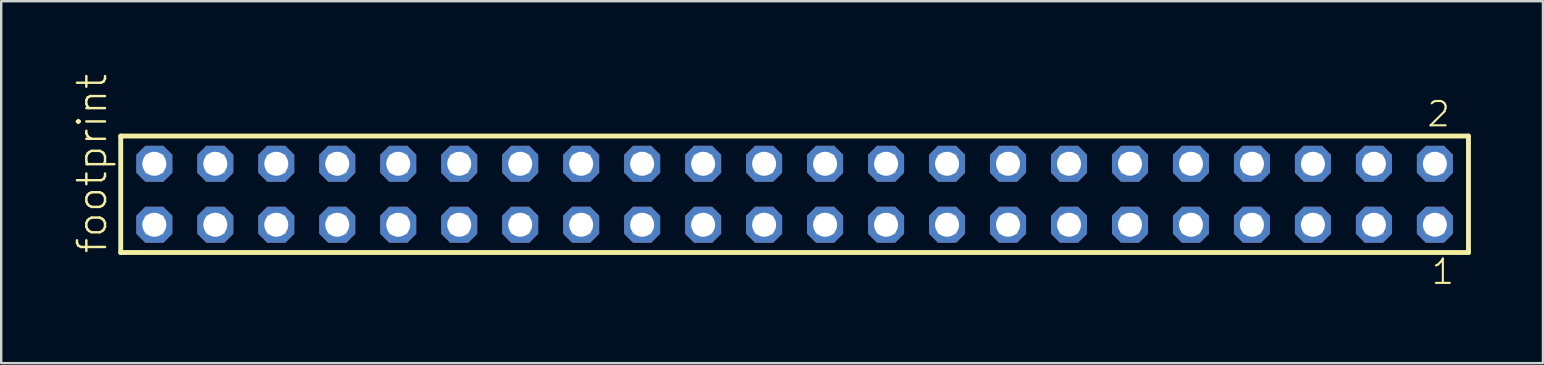
<source format=kicad_pcb>
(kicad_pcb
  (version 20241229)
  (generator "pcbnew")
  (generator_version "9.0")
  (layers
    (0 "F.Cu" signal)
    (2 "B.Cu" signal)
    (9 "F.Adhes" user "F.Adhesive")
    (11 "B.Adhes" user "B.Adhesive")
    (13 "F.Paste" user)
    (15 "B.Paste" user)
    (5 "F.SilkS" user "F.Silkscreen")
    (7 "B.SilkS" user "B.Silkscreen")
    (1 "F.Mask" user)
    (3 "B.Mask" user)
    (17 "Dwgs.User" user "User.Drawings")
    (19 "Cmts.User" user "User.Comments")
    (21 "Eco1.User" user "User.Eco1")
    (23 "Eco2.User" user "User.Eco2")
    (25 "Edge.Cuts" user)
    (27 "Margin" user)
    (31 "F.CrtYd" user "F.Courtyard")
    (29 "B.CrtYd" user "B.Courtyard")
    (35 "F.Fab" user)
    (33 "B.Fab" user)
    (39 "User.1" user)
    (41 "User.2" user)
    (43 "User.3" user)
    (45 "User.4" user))
  (footprint "footprint"
    (layer "F.Cu")
    (at 30.048 5.042)
    (property "Reference" "footprint" (at -28.575 2.54 90) (layer "F.SilkS") (effects (font (size 1.168 1.168) (thickness 0.102)) (justify left bottom)))
    (fp_line (start -28.069 -2.425) (end 28.069 -2.425) (stroke (width 0.203) (type solid)) (layer "F.SilkS"))
    (fp_line (start -28.069 2.425) (end -28.069 -2.425) (stroke (width 0.203) (type solid)) (layer "F.SilkS"))
    (fp_line (start 28.069 -2.425) (end 28.069 2.425) (stroke (width 0.203) (type solid)) (layer "F.SilkS"))
    (fp_line (start 28.069 2.425) (end -28.069 2.425) (stroke (width 0.203) (type solid)) (layer "F.SilkS"))
    (fp_poly (pts (xy -27.02 -0.92) (xy -26.32 -0.92) (xy -26.32 -1.62) (xy -27.02 -1.62)) (stroke (width 0.1) (type solid)) (fill no) (layer "F.Fab"))
    (fp_poly (pts (xy -27.02 1.62) (xy -26.32 1.62) (xy -26.32 0.92) (xy -27.02 0.92)) (stroke (width 0.1) (type solid)) (fill no) (layer "F.Fab"))
    (fp_poly (pts (xy -24.48 -0.92) (xy -23.78 -0.92) (xy -23.78 -1.62) (xy -24.48 -1.62)) (stroke (width 0.1) (type solid)) (fill no) (layer "F.Fab"))
    (fp_poly (pts (xy -24.48 1.62) (xy -23.78 1.62) (xy -23.78 0.92) (xy -24.48 0.92)) (stroke (width 0.1) (type solid)) (fill no) (layer "F.Fab"))
    (fp_poly (pts (xy -21.94 -0.92) (xy -21.24 -0.92) (xy -21.24 -1.62) (xy -21.94 -1.62)) (stroke (width 0.1) (type solid)) (fill no) (layer "F.Fab"))
    (fp_poly (pts (xy -21.94 1.62) (xy -21.24 1.62) (xy -21.24 0.92) (xy -21.94 0.92)) (stroke (width 0.1) (type solid)) (fill no) (layer "F.Fab"))
    (fp_poly (pts (xy -19.4 -0.92) (xy -18.7 -0.92) (xy -18.7 -1.62) (xy -19.4 -1.62)) (stroke (width 0.1) (type solid)) (fill no) (layer "F.Fab"))
    (fp_poly (pts (xy -19.4 1.62) (xy -18.7 1.62) (xy -18.7 0.92) (xy -19.4 0.92)) (stroke (width 0.1) (type solid)) (fill no) (layer "F.Fab"))
    (fp_poly (pts (xy -16.86 -0.92) (xy -16.16 -0.92) (xy -16.16 -1.62) (xy -16.86 -1.62)) (stroke (width 0.1) (type solid)) (fill no) (layer "F.Fab"))
    (fp_poly (pts (xy -16.86 1.62) (xy -16.16 1.62) (xy -16.16 0.92) (xy -16.86 0.92)) (stroke (width 0.1) (type solid)) (fill no) (layer "F.Fab"))
    (fp_poly (pts (xy -14.32 -0.92) (xy -13.62 -0.92) (xy -13.62 -1.62) (xy -14.32 -1.62)) (stroke (width 0.1) (type solid)) (fill no) (layer "F.Fab"))
    (fp_poly (pts (xy -14.32 1.62) (xy -13.62 1.62) (xy -13.62 0.92) (xy -14.32 0.92)) (stroke (width 0.1) (type solid)) (fill no) (layer "F.Fab"))
    (fp_poly (pts (xy -11.78 -0.92) (xy -11.08 -0.92) (xy -11.08 -1.62) (xy -11.78 -1.62)) (stroke (width 0.1) (type solid)) (fill no) (layer "F.Fab"))
    (fp_poly (pts (xy -11.78 1.62) (xy -11.08 1.62) (xy -11.08 0.92) (xy -11.78 0.92)) (stroke (width 0.1) (type solid)) (fill no) (layer "F.Fab"))
    (fp_poly (pts (xy -9.24 -0.92) (xy -8.54 -0.92) (xy -8.54 -1.62) (xy -9.24 -1.62)) (stroke (width 0.1) (type solid)) (fill no) (layer "F.Fab"))
    (fp_poly (pts (xy -9.24 1.62) (xy -8.54 1.62) (xy -8.54 0.92) (xy -9.24 0.92)) (stroke (width 0.1) (type solid)) (fill no) (layer "F.Fab"))
    (fp_poly (pts (xy -6.7 -0.92) (xy -6 -0.92) (xy -6 -1.62) (xy -6.7 -1.62)) (stroke (width 0.1) (type solid)) (fill no) (layer "F.Fab"))
    (fp_poly (pts (xy -6.7 1.62) (xy -6 1.62) (xy -6 0.92) (xy -6.7 0.92)) (stroke (width 0.1) (type solid)) (fill no) (layer "F.Fab"))
    (fp_poly (pts (xy -4.16 -0.92) (xy -3.46 -0.92) (xy -3.46 -1.62) (xy -4.16 -1.62)) (stroke (width 0.1) (type solid)) (fill no) (layer "F.Fab"))
    (fp_poly (pts (xy -4.16 1.62) (xy -3.46 1.62) (xy -3.46 0.92) (xy -4.16 0.92)) (stroke (width 0.1) (type solid)) (fill no) (layer "F.Fab"))
    (fp_poly (pts (xy -1.62 -0.92) (xy -0.92 -0.92) (xy -0.92 -1.62) (xy -1.62 -1.62)) (stroke (width 0.1) (type solid)) (fill no) (layer "F.Fab"))
    (fp_poly (pts (xy -1.62 1.62) (xy -0.92 1.62) (xy -0.92 0.92) (xy -1.62 0.92)) (stroke (width 0.1) (type solid)) (fill no) (layer "F.Fab"))
    (fp_poly (pts (xy 0.92 -0.92) (xy 1.62 -0.92) (xy 1.62 -1.62) (xy 0.92 -1.62)) (stroke (width 0.1) (type solid)) (fill no) (layer "F.Fab"))
    (fp_poly (pts (xy 0.92 1.62) (xy 1.62 1.62) (xy 1.62 0.92) (xy 0.92 0.92)) (stroke (width 0.1) (type solid)) (fill no) (layer "F.Fab"))
    (fp_poly (pts (xy 3.46 -0.92) (xy 4.16 -0.92) (xy 4.16 -1.62) (xy 3.46 -1.62)) (stroke (width 0.1) (type solid)) (fill no) (layer "F.Fab"))
    (fp_poly (pts (xy 3.46 1.62) (xy 4.16 1.62) (xy 4.16 0.92) (xy 3.46 0.92)) (stroke (width 0.1) (type solid)) (fill no) (layer "F.Fab"))
    (fp_poly (pts (xy 6 -0.92) (xy 6.7 -0.92) (xy 6.7 -1.62) (xy 6 -1.62)) (stroke (width 0.1) (type solid)) (fill no) (layer "F.Fab"))
    (fp_poly (pts (xy 6 1.62) (xy 6.7 1.62) (xy 6.7 0.92) (xy 6 0.92)) (stroke (width 0.1) (type solid)) (fill no) (layer "F.Fab"))
    (fp_poly (pts (xy 8.54 -0.92) (xy 9.24 -0.92) (xy 9.24 -1.62) (xy 8.54 -1.62)) (stroke (width 0.1) (type solid)) (fill no) (layer "F.Fab"))
    (fp_poly (pts (xy 8.54 1.62) (xy 9.24 1.62) (xy 9.24 0.92) (xy 8.54 0.92)) (stroke (width 0.1) (type solid)) (fill no) (layer "F.Fab"))
    (fp_poly (pts (xy 11.08 -0.92) (xy 11.78 -0.92) (xy 11.78 -1.62) (xy 11.08 -1.62)) (stroke (width 0.1) (type solid)) (fill no) (layer "F.Fab"))
    (fp_poly (pts (xy 11.08 1.62) (xy 11.78 1.62) (xy 11.78 0.92) (xy 11.08 0.92)) (stroke (width 0.1) (type solid)) (fill no) (layer "F.Fab"))
    (fp_poly (pts (xy 13.62 -0.92) (xy 14.32 -0.92) (xy 14.32 -1.62) (xy 13.62 -1.62)) (stroke (width 0.1) (type solid)) (fill no) (layer "F.Fab"))
    (fp_poly (pts (xy 13.62 1.62) (xy 14.32 1.62) (xy 14.32 0.92) (xy 13.62 0.92)) (stroke (width 0.1) (type solid)) (fill no) (layer "F.Fab"))
    (fp_poly (pts (xy 16.16 -0.92) (xy 16.86 -0.92) (xy 16.86 -1.62) (xy 16.16 -1.62)) (stroke (width 0.1) (type solid)) (fill no) (layer "F.Fab"))
    (fp_poly (pts (xy 16.16 1.62) (xy 16.86 1.62) (xy 16.86 0.92) (xy 16.16 0.92)) (stroke (width 0.1) (type solid)) (fill no) (layer "F.Fab"))
    (fp_poly (pts (xy 18.7 -0.92) (xy 19.4 -0.92) (xy 19.4 -1.62) (xy 18.7 -1.62)) (stroke (width 0.1) (type solid)) (fill no) (layer "F.Fab"))
    (fp_poly (pts (xy 18.7 1.62) (xy 19.4 1.62) (xy 19.4 0.92) (xy 18.7 0.92)) (stroke (width 0.1) (type solid)) (fill no) (layer "F.Fab"))
    (fp_poly (pts (xy 21.24 -0.92) (xy 21.94 -0.92) (xy 21.94 -1.62) (xy 21.24 -1.62)) (stroke (width 0.1) (type solid)) (fill no) (layer "F.Fab"))
    (fp_poly (pts (xy 21.24 1.62) (xy 21.94 1.62) (xy 21.94 0.92) (xy 21.24 0.92)) (stroke (width 0.1) (type solid)) (fill no) (layer "F.Fab"))
    (fp_poly (pts (xy 23.78 -0.92) (xy 24.48 -0.92) (xy 24.48 -1.62) (xy 23.78 -1.62)) (stroke (width 0.1) (type solid)) (fill no) (layer "F.Fab"))
    (fp_poly (pts (xy 23.78 1.62) (xy 24.48 1.62) (xy 24.48 0.92) (xy 23.78 0.92)) (stroke (width 0.1) (type solid)) (fill no) (layer "F.Fab"))
    (fp_poly (pts (xy 26.32 -0.92) (xy 27.02 -0.92) (xy 27.02 -1.62) (xy 26.32 -1.62)) (stroke (width 0.1) (type solid)) (fill no) (layer "F.Fab"))
    (fp_poly (pts (xy 26.32 1.62) (xy 27.02 1.62) (xy 27.02 0.92) (xy 26.32 0.92)) (stroke (width 0.1) (type solid)) (fill no) (layer "F.Fab"))
    (fp_text user "1" (at 26.462 3.818 0) (layer "F.SilkS") (effects (font (size 1.012 1.012) (thickness 0.088)) (justify left bottom)))
    (fp_text user "2" (at 26.287 -2.744 0) (layer "F.SilkS") (effects (font (size 1.012 1.012) (thickness 0.088)) (justify left bottom)))
    (pad "1" thru_hole roundrect (at 26.67 1.27 180) (size 1.5 1.5) (drill 1) (layers "*.Cu" "*.Mask") (roundrect_rratio 0.25) (chamfer_ratio 0.25) (chamfer top_left top_right bottom_left bottom_right))
    (pad "2" thru_hole roundrect (at 26.67 -1.27 180) (size 1.5 1.5) (drill 1) (layers "*.Cu" "*.Mask") (roundrect_rratio 0.25) (chamfer_ratio 0.25) (chamfer top_left top_right bottom_left bottom_right))
    (pad "3" thru_hole roundrect (at 24.13 1.27 180) (size 1.5 1.5) (drill 1) (layers "*.Cu" "*.Mask") (roundrect_rratio 0.25) (chamfer_ratio 0.25) (chamfer top_left top_right bottom_left bottom_right))
    (pad "4" thru_hole roundrect (at 24.13 -1.27 180) (size 1.5 1.5) (drill 1) (layers "*.Cu" "*.Mask") (roundrect_rratio 0.25) (chamfer_ratio 0.25) (chamfer top_left top_right bottom_left bottom_right))
    (pad "5" thru_hole roundrect (at 21.59 1.27 180) (size 1.5 1.5) (drill 1) (layers "*.Cu" "*.Mask") (roundrect_rratio 0.25) (chamfer_ratio 0.25) (chamfer top_left top_right bottom_left bottom_right))
    (pad "6" thru_hole roundrect (at 21.59 -1.27 180) (size 1.5 1.5) (drill 1) (layers "*.Cu" "*.Mask") (roundrect_rratio 0.25) (chamfer_ratio 0.25) (chamfer top_left top_right bottom_left bottom_right))
    (pad "7" thru_hole roundrect (at 19.05 1.27 180) (size 1.5 1.5) (drill 1) (layers "*.Cu" "*.Mask") (roundrect_rratio 0.25) (chamfer_ratio 0.25) (chamfer top_left top_right bottom_left bottom_right))
    (pad "8" thru_hole roundrect (at 19.05 -1.27 180) (size 1.5 1.5) (drill 1) (layers "*.Cu" "*.Mask") (roundrect_rratio 0.25) (chamfer_ratio 0.25) (chamfer top_left top_right bottom_left bottom_right))
    (pad "9" thru_hole roundrect (at 16.51 1.27 180) (size 1.5 1.5) (drill 1) (layers "*.Cu" "*.Mask") (roundrect_rratio 0.25) (chamfer_ratio 0.25) (chamfer top_left top_right bottom_left bottom_right))
    (pad "10" thru_hole roundrect (at 16.51 -1.27 180) (size 1.5 1.5) (drill 1) (layers "*.Cu" "*.Mask") (roundrect_rratio 0.25) (chamfer_ratio 0.25) (chamfer top_left top_right bottom_left bottom_right))
    (pad "11" thru_hole roundrect (at 13.97 1.27 180) (size 1.5 1.5) (drill 1) (layers "*.Cu" "*.Mask") (roundrect_rratio 0.25) (chamfer_ratio 0.25) (chamfer top_left top_right bottom_left bottom_right))
    (pad "12" thru_hole roundrect (at 13.97 -1.27 180) (size 1.5 1.5) (drill 1) (layers "*.Cu" "*.Mask") (roundrect_rratio 0.25) (chamfer_ratio 0.25) (chamfer top_left top_right bottom_left bottom_right))
    (pad "13" thru_hole roundrect (at 11.43 1.27 180) (size 1.5 1.5) (drill 1) (layers "*.Cu" "*.Mask") (roundrect_rratio 0.25) (chamfer_ratio 0.25) (chamfer top_left top_right bottom_left bottom_right))
    (pad "14" thru_hole roundrect (at 11.43 -1.27 180) (size 1.5 1.5) (drill 1) (layers "*.Cu" "*.Mask") (roundrect_rratio 0.25) (chamfer_ratio 0.25) (chamfer top_left top_right bottom_left bottom_right))
    (pad "15" thru_hole roundrect (at 8.89 1.27 180) (size 1.5 1.5) (drill 1) (layers "*.Cu" "*.Mask") (roundrect_rratio 0.25) (chamfer_ratio 0.25) (chamfer top_left top_right bottom_left bottom_right))
    (pad "16" thru_hole roundrect (at 8.89 -1.27 180) (size 1.5 1.5) (drill 1) (layers "*.Cu" "*.Mask") (roundrect_rratio 0.25) (chamfer_ratio 0.25) (chamfer top_left top_right bottom_left bottom_right))
    (pad "17" thru_hole roundrect (at 6.35 1.27 180) (size 1.5 1.5) (drill 1) (layers "*.Cu" "*.Mask") (roundrect_rratio 0.25) (chamfer_ratio 0.25) (chamfer top_left top_right bottom_left bottom_right))
    (pad "18" thru_hole roundrect (at 6.35 -1.27 180) (size 1.5 1.5) (drill 1) (layers "*.Cu" "*.Mask") (roundrect_rratio 0.25) (chamfer_ratio 0.25) (chamfer top_left top_right bottom_left bottom_right))
    (pad "19" thru_hole roundrect (at 3.81 1.27 180) (size 1.5 1.5) (drill 1) (layers "*.Cu" "*.Mask") (roundrect_rratio 0.25) (chamfer_ratio 0.25) (chamfer top_left top_right bottom_left bottom_right))
    (pad "20" thru_hole roundrect (at 3.81 -1.27 180) (size 1.5 1.5) (drill 1) (layers "*.Cu" "*.Mask") (roundrect_rratio 0.25) (chamfer_ratio 0.25) (chamfer top_left top_right bottom_left bottom_right))
    (pad "21" thru_hole roundrect (at 1.27 1.27 180) (size 1.5 1.5) (drill 1) (layers "*.Cu" "*.Mask") (roundrect_rratio 0.25) (chamfer_ratio 0.25) (chamfer top_left top_right bottom_left bottom_right))
    (pad "22" thru_hole roundrect (at 1.27 -1.27 180) (size 1.5 1.5) (drill 1) (layers "*.Cu" "*.Mask") (roundrect_rratio 0.25) (chamfer_ratio 0.25) (chamfer top_left top_right bottom_left bottom_right))
    (pad "23" thru_hole roundrect (at -1.27 1.27 180) (size 1.5 1.5) (drill 1) (layers "*.Cu" "*.Mask") (roundrect_rratio 0.25) (chamfer_ratio 0.25) (chamfer top_left top_right bottom_left bottom_right))
    (pad "24" thru_hole roundrect (at -1.27 -1.27 180) (size 1.5 1.5) (drill 1) (layers "*.Cu" "*.Mask") (roundrect_rratio 0.25) (chamfer_ratio 0.25) (chamfer top_left top_right bottom_left bottom_right))
    (pad "25" thru_hole roundrect (at -3.81 1.27 180) (size 1.5 1.5) (drill 1) (layers "*.Cu" "*.Mask") (roundrect_rratio 0.25) (chamfer_ratio 0.25) (chamfer top_left top_right bottom_left bottom_right))
    (pad "26" thru_hole roundrect (at -3.81 -1.27 180) (size 1.5 1.5) (drill 1) (layers "*.Cu" "*.Mask") (roundrect_rratio 0.25) (chamfer_ratio 0.25) (chamfer top_left top_right bottom_left bottom_right))
    (pad "27" thru_hole roundrect (at -6.35 1.27 180) (size 1.5 1.5) (drill 1) (layers "*.Cu" "*.Mask") (roundrect_rratio 0.25) (chamfer_ratio 0.25) (chamfer top_left top_right bottom_left bottom_right))
    (pad "28" thru_hole roundrect (at -6.35 -1.27 180) (size 1.5 1.5) (drill 1) (layers "*.Cu" "*.Mask") (roundrect_rratio 0.25) (chamfer_ratio 0.25) (chamfer top_left top_right bottom_left bottom_right))
    (pad "29" thru_hole roundrect (at -8.89 1.27 180) (size 1.5 1.5) (drill 1) (layers "*.Cu" "*.Mask") (roundrect_rratio 0.25) (chamfer_ratio 0.25) (chamfer top_left top_right bottom_left bottom_right))
    (pad "30" thru_hole roundrect (at -8.89 -1.27 180) (size 1.5 1.5) (drill 1) (layers "*.Cu" "*.Mask") (roundrect_rratio 0.25) (chamfer_ratio 0.25) (chamfer top_left top_right bottom_left bottom_right))
    (pad "31" thru_hole roundrect (at -11.43 1.27 180) (size 1.5 1.5) (drill 1) (layers "*.Cu" "*.Mask") (roundrect_rratio 0.25) (chamfer_ratio 0.25) (chamfer top_left top_right bottom_left bottom_right))
    (pad "32" thru_hole roundrect (at -11.43 -1.27 180) (size 1.5 1.5) (drill 1) (layers "*.Cu" "*.Mask") (roundrect_rratio 0.25) (chamfer_ratio 0.25) (chamfer top_left top_right bottom_left bottom_right))
    (pad "33" thru_hole roundrect (at -13.97 1.27 180) (size 1.5 1.5) (drill 1) (layers "*.Cu" "*.Mask") (roundrect_rratio 0.25) (chamfer_ratio 0.25) (chamfer top_left top_right bottom_left bottom_right))
    (pad "34" thru_hole roundrect (at -13.97 -1.27 180) (size 1.5 1.5) (drill 1) (layers "*.Cu" "*.Mask") (roundrect_rratio 0.25) (chamfer_ratio 0.25) (chamfer top_left top_right bottom_left bottom_right))
    (pad "35" thru_hole roundrect (at -16.51 1.27 180) (size 1.5 1.5) (drill 1) (layers "*.Cu" "*.Mask") (roundrect_rratio 0.25) (chamfer_ratio 0.25) (chamfer top_left top_right bottom_left bottom_right))
    (pad "36" thru_hole roundrect (at -16.51 -1.27 180) (size 1.5 1.5) (drill 1) (layers "*.Cu" "*.Mask") (roundrect_rratio 0.25) (chamfer_ratio 0.25) (chamfer top_left top_right bottom_left bottom_right))
    (pad "37" thru_hole roundrect (at -19.05 1.27 180) (size 1.5 1.5) (drill 1) (layers "*.Cu" "*.Mask") (roundrect_rratio 0.25) (chamfer_ratio 0.25) (chamfer top_left top_right bottom_left bottom_right))
    (pad "38" thru_hole roundrect (at -19.05 -1.27 180) (size 1.5 1.5) (drill 1) (layers "*.Cu" "*.Mask") (roundrect_rratio 0.25) (chamfer_ratio 0.25) (chamfer top_left top_right bottom_left bottom_right))
    (pad "39" thru_hole roundrect (at -21.59 1.27 180) (size 1.5 1.5) (drill 1) (layers "*.Cu" "*.Mask") (roundrect_rratio 0.25) (chamfer_ratio 0.25) (chamfer top_left top_right bottom_left bottom_right))
    (pad "40" thru_hole roundrect (at -21.59 -1.27 180) (size 1.5 1.5) (drill 1) (layers "*.Cu" "*.Mask") (roundrect_rratio 0.25) (chamfer_ratio 0.25) (chamfer top_left top_right bottom_left bottom_right))
    (pad "41" thru_hole roundrect (at -24.13 1.27 180) (size 1.5 1.5) (drill 1) (layers "*.Cu" "*.Mask") (roundrect_rratio 0.25) (chamfer_ratio 0.25) (chamfer top_left top_right bottom_left bottom_right))
    (pad "42" thru_hole roundrect (at -24.13 -1.27 180) (size 1.5 1.5) (drill 1) (layers "*.Cu" "*.Mask") (roundrect_rratio 0.25) (chamfer_ratio 0.25) (chamfer top_left top_right bottom_left bottom_right))
    (pad "43" thru_hole roundrect (at -26.67 1.27 180) (size 1.5 1.5) (drill 1) (layers "*.Cu" "*.Mask") (roundrect_rratio 0.25) (chamfer_ratio 0.25) (chamfer top_left top_right bottom_left bottom_right))
    (pad "44" thru_hole roundrect (at -26.67 -1.27 180) (size 1.5 1.5) (drill 1) (layers "*.Cu" "*.Mask") (roundrect_rratio 0.25) (chamfer_ratio 0.25) (chamfer top_left top_right bottom_left bottom_right)))
  (gr_rect
    (start -3 -3)
    (end 61.219 12.077)
    (stroke (width 0.1) (type default))
    (fill no)
    (layer "Edge.Cuts")))
</source>
